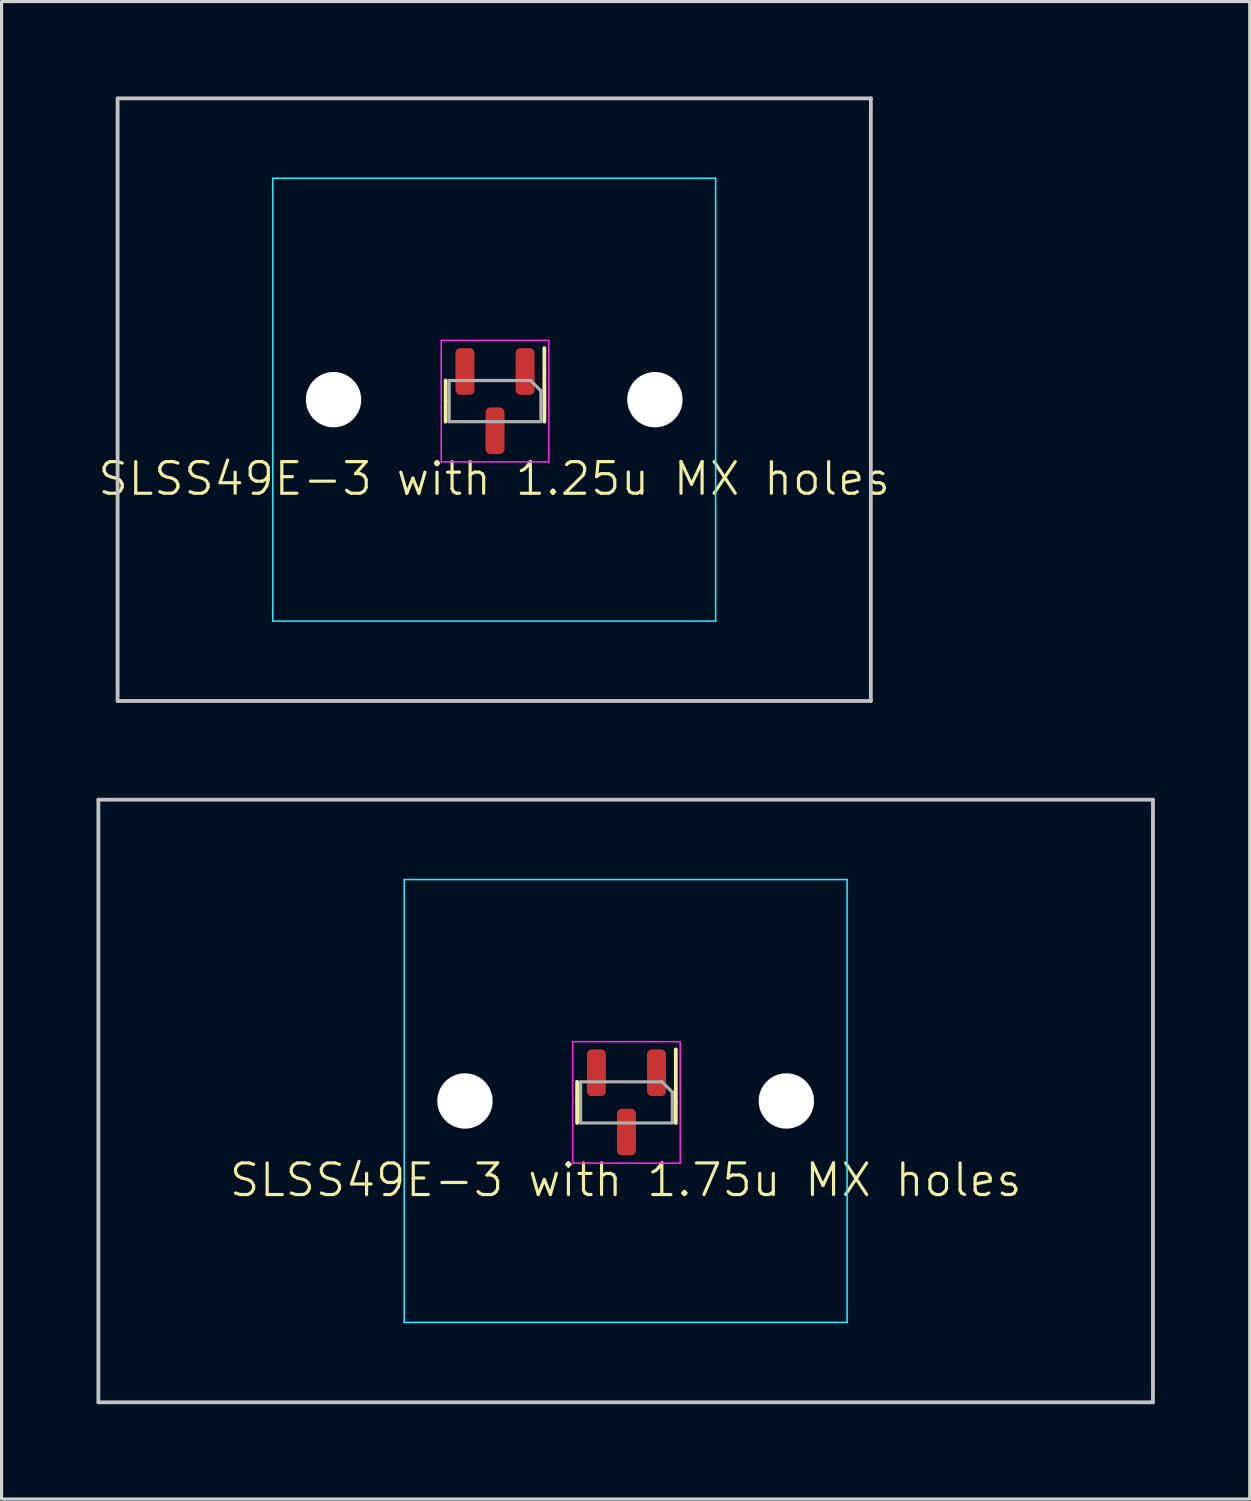
<source format=kicad_pcb>
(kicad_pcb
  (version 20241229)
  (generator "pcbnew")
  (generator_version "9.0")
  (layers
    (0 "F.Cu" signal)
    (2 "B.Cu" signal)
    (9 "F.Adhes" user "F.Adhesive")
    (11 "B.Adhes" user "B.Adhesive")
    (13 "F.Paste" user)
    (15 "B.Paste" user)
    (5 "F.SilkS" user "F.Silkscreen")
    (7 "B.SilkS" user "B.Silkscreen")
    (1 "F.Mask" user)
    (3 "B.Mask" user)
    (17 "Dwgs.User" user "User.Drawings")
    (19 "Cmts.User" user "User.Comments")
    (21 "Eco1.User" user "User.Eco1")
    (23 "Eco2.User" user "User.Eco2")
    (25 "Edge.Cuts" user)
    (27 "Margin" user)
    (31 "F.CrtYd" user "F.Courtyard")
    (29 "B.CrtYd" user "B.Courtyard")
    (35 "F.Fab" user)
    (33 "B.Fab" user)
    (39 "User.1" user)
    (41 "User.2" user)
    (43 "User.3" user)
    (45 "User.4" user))
  (footprint "SLSS49E-3 with 1.75u MX holes"
    (layer "F.Cu")
    (at 16.729 31.755)
    (property "Reference" "SLSS49E-3 with 1.75u MX holes" (at 0 2.5 0) (unlocked yes) (layer "F.SilkS") (effects (font (size 1 1) (thickness 0.1))))
    (attr smd)
    (fp_line (start -1.535 0.045) (end -1.535 -0.605) (stroke (width 0.12) (type solid)) (layer "F.SilkS"))
    (fp_line (start -1.535 0.045) (end -1.535 0.695) (stroke (width 0.12) (type solid)) (layer "F.SilkS"))
    (fp_line (start 1.585 0.045) (end 1.585 -1.63) (stroke (width 0.12) (type solid)) (layer "F.SilkS"))
    (fp_line (start 1.585 0.045) (end 1.585 0.695) (stroke (width 0.12) (type solid)) (layer "F.SilkS"))
    (fp_line (start -16.669 -9.525) (end -16.669 9.525) (stroke (width 0.12) (type solid)) (layer "Dwgs.User"))
    (fp_line (start -16.669 9.525) (end 16.669 9.525) (stroke (width 0.12) (type solid)) (layer "Dwgs.User"))
    (fp_line (start 16.669 -9.525) (end -16.669 -9.525) (stroke (width 0.12) (type solid)) (layer "Dwgs.User"))
    (fp_line (start 16.669 9.525) (end 16.669 -9.525) (stroke (width 0.12) (type solid)) (layer "Dwgs.User"))
    (fp_line (start -7 6.5) (end -7 -6.5) (stroke (width 0.05) (type solid)) (layer "Eco2.User"))
    (fp_line (start -6.5 -7) (end 6.5 -7) (stroke (width 0.05) (type solid)) (layer "Eco2.User"))
    (fp_line (start 6.5 7) (end -6.5 7) (stroke (width 0.05) (type solid)) (layer "Eco2.User"))
    (fp_line (start 7 -6.5) (end 7 6.5) (stroke (width 0.05) (type solid)) (layer "Eco2.User"))
    (fp_arc (start -7 -6.5) (mid -6.853553 -6.853553) (end -6.5 -7) (stroke (width 0.05) (type solid)) (layer "Eco2.User"))
    (fp_arc (start -6.5 7) (mid -6.853553 6.853553) (end -7 6.5) (stroke (width 0.05) (type solid)) (layer "Eco2.User"))
    (fp_arc (start 6.5 -7) (mid 6.853553 -6.853553) (end 7 -6.5) (stroke (width 0.05) (type solid)) (layer "Eco2.User"))
    (fp_arc (start 6.997236 6.498884) (mid 6.850789 6.852437) (end 6.497236 6.998884) (stroke (width 0.05) (type solid)) (layer "Eco2.User"))
    (fp_line (start -7 -7) (end 7 -7) (stroke (width 0.05) (type solid)) (layer "B.CrtYd"))
    (fp_line (start -7 7) (end -7 -7) (stroke (width 0.05) (type solid)) (layer "B.CrtYd"))
    (fp_line (start 7 -7) (end 7 7) (stroke (width 0.05) (type solid)) (layer "B.CrtYd"))
    (fp_line (start 7 7) (end -7 7) (stroke (width 0.05) (type solid)) (layer "B.CrtYd"))
    (fp_line (start -1.675 -1.875) (end -1.675 1.965) (stroke (width 0.05) (type solid)) (layer "F.CrtYd"))
    (fp_line (start -1.675 1.965) (end 1.725 1.965) (stroke (width 0.05) (type solid)) (layer "F.CrtYd"))
    (fp_line (start 1.725 -1.875) (end -1.675 -1.875) (stroke (width 0.05) (type solid)) (layer "F.CrtYd"))
    (fp_line (start 1.725 1.965) (end 1.725 -1.875) (stroke (width 0.05) (type solid)) (layer "F.CrtYd"))
    (fp_line (start -1.425 -0.605) (end 1.15 -0.605) (stroke (width 0.1) (type solid)) (layer "F.Fab"))
    (fp_line (start -1.425 0.695) (end -1.425 -0.605) (stroke (width 0.1) (type solid)) (layer "F.Fab"))
    (fp_line (start 1.15 -0.605) (end 1.475 -0.28) (stroke (width 0.1) (type solid)) (layer "F.Fab"))
    (fp_line (start 1.475 -0.28) (end 1.475 0.695) (stroke (width 0.1) (type solid)) (layer "F.Fab"))
    (fp_line (start 1.475 0.695) (end -1.425 0.695) (stroke (width 0.1) (type solid)) (layer "F.Fab"))
    (pad "" np_thru_hole circle (at -5.08 0) (size 1.75 1.75) (drill 1.75) (layers "*.Cu" "*.Mask"))
    (pad "" np_thru_hole circle (at 5.08 0) (size 1.75 1.75) (drill 1.75) (layers "*.Cu" "*.Mask"))
    (pad "1" smd roundrect (at 0.975 -0.892 270) (size 1.475 0.6) (layers "F.Cu" "F.Mask" "F.Paste") (roundrect_rratio 0.25))
    (pad "2" smd roundrect (at -0.925 -0.892 270) (size 1.475 0.6) (layers "F.Cu" "F.Mask" "F.Paste") (roundrect_rratio 0.25))
    (pad "3" smd roundrect (at 0.025 0.983 270) (size 1.475 0.6) (layers "F.Cu" "F.Mask" "F.Paste") (roundrect_rratio 0.25))
    (zone (net_name "") (layers "F.Cu" "B.Cu") (name "KEEP OUT") (hatch edge 0.5) (connect_pads) (min_thickness 0.25) (filled_areas_thickness no) (keepout (tracks allowed) (vias allowed) (pads allowed) (copperpour not_allowed) (footprints allowed)) (placement (enabled no)) (fill) (polygon (pts (xy 16.094 29.85) (xy 14.824 31.12) (xy 14.824 32.39) (xy 16.094 33.66) (xy 17.364 33.66) (xy 18.634 32.39) (xy 18.634 31.12) (xy 17.364 29.85)))))
  (footprint "SLSS49E-3 with 1.25u MX holes"
    (layer "F.Cu")
    (at 12.574 9.585)
    (property "Reference" "SLSS49E-3 with 1.25u MX holes" (at 0 2.5 0) (unlocked yes) (layer "F.SilkS") (effects (font (size 1 1) (thickness 0.1))))
    (attr smd)
    (fp_line (start -1.535 0.045) (end -1.535 -0.605) (stroke (width 0.12) (type solid)) (layer "F.SilkS"))
    (fp_line (start -1.535 0.045) (end -1.535 0.695) (stroke (width 0.12) (type solid)) (layer "F.SilkS"))
    (fp_line (start 1.585 0.045) (end 1.585 -1.63) (stroke (width 0.12) (type solid)) (layer "F.SilkS"))
    (fp_line (start 1.585 0.045) (end 1.585 0.695) (stroke (width 0.12) (type solid)) (layer "F.SilkS"))
    (fp_line (start -11.906 -9.525) (end -11.906 9.525) (stroke (width 0.12) (type solid)) (layer "Dwgs.User"))
    (fp_line (start -11.906 9.525) (end 11.906 9.525) (stroke (width 0.12) (type solid)) (layer "Dwgs.User"))
    (fp_line (start 11.906 -9.525) (end -11.906 -9.525) (stroke (width 0.12) (type solid)) (layer "Dwgs.User"))
    (fp_line (start 11.906 9.525) (end 11.906 -9.525) (stroke (width 0.12) (type solid)) (layer "Dwgs.User"))
    (fp_line (start -7 6.5) (end -7 -6.5) (stroke (width 0.05) (type solid)) (layer "Eco2.User"))
    (fp_line (start -6.5 -7) (end 6.5 -7) (stroke (width 0.05) (type solid)) (layer "Eco2.User"))
    (fp_line (start 6.5 7) (end -6.5 7) (stroke (width 0.05) (type solid)) (layer "Eco2.User"))
    (fp_line (start 7 -6.5) (end 7 6.5) (stroke (width 0.05) (type solid)) (layer "Eco2.User"))
    (fp_arc (start -7 -6.5) (mid -6.853553 -6.853553) (end -6.5 -7) (stroke (width 0.05) (type solid)) (layer "Eco2.User"))
    (fp_arc (start -6.5 7) (mid -6.853553 6.853553) (end -7 6.5) (stroke (width 0.05) (type solid)) (layer "Eco2.User"))
    (fp_arc (start 6.5 -7) (mid 6.853521 -6.853536) (end 7 -6.5) (stroke (width 0.05) (type solid)) (layer "Eco2.User"))
    (fp_arc (start 6.997236 6.498884) (mid 6.850794 6.852443) (end 6.497236 6.998884) (stroke (width 0.05) (type solid)) (layer "Eco2.User"))
    (fp_line (start -7 -7) (end 7 -7) (stroke (width 0.05) (type solid)) (layer "B.CrtYd"))
    (fp_line (start -7 7) (end -7 -7) (stroke (width 0.05) (type solid)) (layer "B.CrtYd"))
    (fp_line (start 7 -7) (end 7 7) (stroke (width 0.05) (type solid)) (layer "B.CrtYd"))
    (fp_line (start 7 7) (end -7 7) (stroke (width 0.05) (type solid)) (layer "B.CrtYd"))
    (fp_line (start -1.675 -1.875) (end -1.675 1.965) (stroke (width 0.05) (type solid)) (layer "F.CrtYd"))
    (fp_line (start -1.675 1.965) (end 1.725 1.965) (stroke (width 0.05) (type solid)) (layer "F.CrtYd"))
    (fp_line (start 1.725 -1.875) (end -1.675 -1.875) (stroke (width 0.05) (type solid)) (layer "F.CrtYd"))
    (fp_line (start 1.725 1.965) (end 1.725 -1.875) (stroke (width 0.05) (type solid)) (layer "F.CrtYd"))
    (fp_line (start -1.425 -0.605) (end 1.15 -0.605) (stroke (width 0.1) (type solid)) (layer "F.Fab"))
    (fp_line (start -1.425 0.695) (end -1.425 -0.605) (stroke (width 0.1) (type solid)) (layer "F.Fab"))
    (fp_line (start 1.15 -0.605) (end 1.475 -0.28) (stroke (width 0.1) (type solid)) (layer "F.Fab"))
    (fp_line (start 1.475 -0.28) (end 1.475 0.695) (stroke (width 0.1) (type solid)) (layer "F.Fab"))
    (fp_line (start 1.475 0.695) (end -1.425 0.695) (stroke (width 0.1) (type solid)) (layer "F.Fab"))
    (pad "" np_thru_hole circle (at -5.08 0) (size 1.75 1.75) (drill 1.75) (layers "*.Cu" "*.Mask"))
    (pad "" np_thru_hole circle (at 5.08 0) (size 1.75 1.75) (drill 1.75) (layers "*.Cu" "*.Mask"))
    (pad "1" smd roundrect (at 0.975 -0.892 270) (size 1.475 0.6) (layers "F.Cu" "F.Mask" "F.Paste") (roundrect_rratio 0.25))
    (pad "2" smd roundrect (at -0.925 -0.892 270) (size 1.475 0.6) (layers "F.Cu" "F.Mask" "F.Paste") (roundrect_rratio 0.25))
    (pad "3" smd roundrect (at 0.025 0.983 270) (size 1.475 0.6) (layers "F.Cu" "F.Mask" "F.Paste") (roundrect_rratio 0.25))
    (zone (net_name "") (layers "F.Cu" "B.Cu") (name "KEEP OUT") (hatch edge 0.5) (connect_pads) (min_thickness 0.25) (filled_areas_thickness no) (keepout (tracks allowed) (vias allowed) (pads allowed) (copperpour not_allowed) (footprints allowed)) (placement (enabled no)) (fill) (polygon (pts (xy 11.939 7.68) (xy 10.669 8.95) (xy 10.669 10.22) (xy 11.939 11.49) (xy 13.209 11.49) (xy 14.479 10.22) (xy 14.479 8.95) (xy 13.209 7.68)))))
  (gr_rect
    (start -3 -3)
    (end 36.458 44.34)
    (stroke (width 0.1) (type default))
    (fill no)
    (layer "Edge.Cuts")))
</source>
